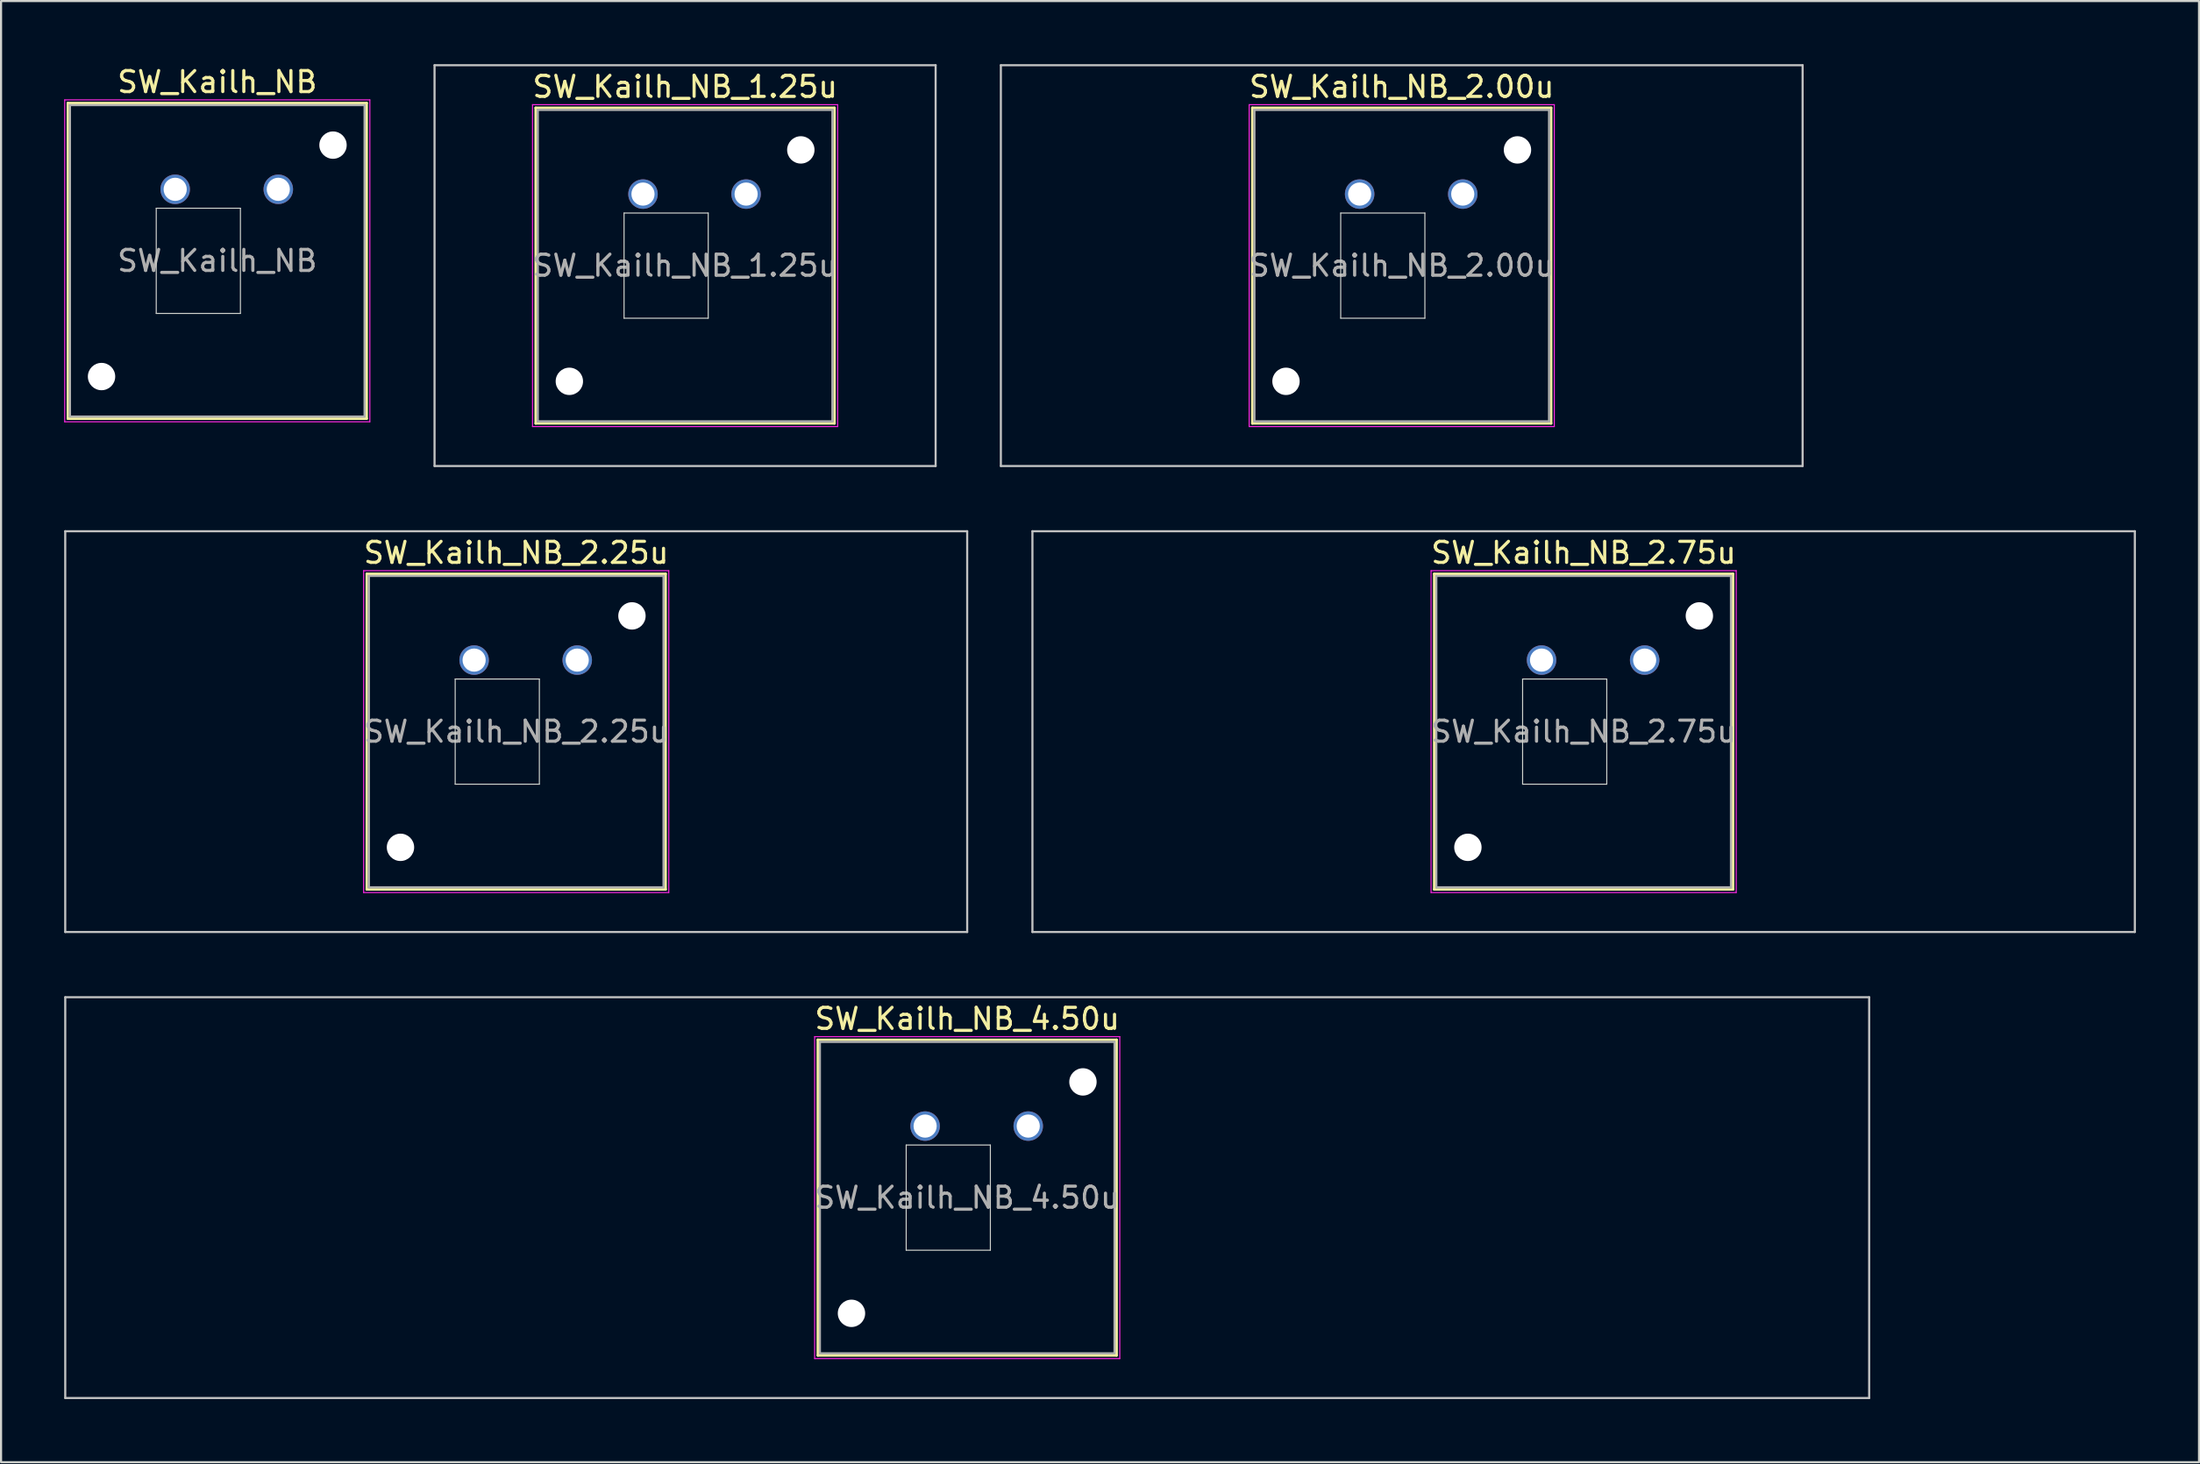
<source format=kicad_pcb>
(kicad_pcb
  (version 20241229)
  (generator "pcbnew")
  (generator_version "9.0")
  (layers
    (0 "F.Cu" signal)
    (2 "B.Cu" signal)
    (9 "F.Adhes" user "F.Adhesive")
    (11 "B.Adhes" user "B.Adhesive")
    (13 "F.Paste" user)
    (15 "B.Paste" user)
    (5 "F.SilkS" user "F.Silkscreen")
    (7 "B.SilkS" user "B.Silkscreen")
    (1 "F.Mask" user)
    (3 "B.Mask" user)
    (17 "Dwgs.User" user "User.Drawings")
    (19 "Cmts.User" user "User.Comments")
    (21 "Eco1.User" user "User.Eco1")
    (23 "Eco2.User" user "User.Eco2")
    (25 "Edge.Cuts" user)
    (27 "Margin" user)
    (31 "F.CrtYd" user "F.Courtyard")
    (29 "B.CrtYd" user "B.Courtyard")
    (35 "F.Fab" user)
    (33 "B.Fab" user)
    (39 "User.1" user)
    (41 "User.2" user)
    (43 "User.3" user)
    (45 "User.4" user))
  (footprint "SW_Kailh_NB_1.25u"
    (layer "F.Cu")
    (at 29.506 9.575)
    (property "Reference" "SW_Kailh_NB_1.25u" (at 0 -8.5 0) (layer "F.SilkS") (effects (font (size 1 1) (thickness 0.15))))
    (attr through_hole)
    (fp_line (start -7.1 -7.5) (end -7.1 7.5) (stroke (width 0.12) (type solid)) (layer "F.SilkS"))
    (fp_line (start -7.1 7.5) (end 7.1 7.5) (stroke (width 0.12) (type solid)) (layer "F.SilkS"))
    (fp_line (start 7.1 -7.5) (end -7.1 -7.5) (stroke (width 0.12) (type solid)) (layer "F.SilkS"))
    (fp_line (start 7.1 7.5) (end 7.1 -7.5) (stroke (width 0.12) (type solid)) (layer "F.SilkS"))
    (fp_line (start -11.906 -9.525) (end -11.906 9.525) (stroke (width 0.1) (type solid)) (layer "Dwgs.User"))
    (fp_line (start -11.906 9.525) (end 11.906 9.525) (stroke (width 0.1) (type solid)) (layer "Dwgs.User"))
    (fp_line (start 11.906 -9.525) (end -11.906 -9.525) (stroke (width 0.1) (type solid)) (layer "Dwgs.User"))
    (fp_line (start 11.906 9.525) (end 11.906 -9.525) (stroke (width 0.1) (type solid)) (layer "Dwgs.User"))
    (fp_line (start -2.9 -2.5) (end 1.1 -2.5) (stroke (width 0.05) (type solid)) (layer "Edge.Cuts"))
    (fp_line (start -2.9 2.5) (end -2.9 -2.5) (stroke (width 0.05) (type solid)) (layer "Edge.Cuts"))
    (fp_line (start 1.1 -2.5) (end 1.1 2.5) (stroke (width 0.05) (type solid)) (layer "Edge.Cuts"))
    (fp_line (start 1.1 2.5) (end -2.9 2.5) (stroke (width 0.05) (type solid)) (layer "Edge.Cuts"))
    (fp_line (start -7.25 -7.65) (end -7.25 7.65) (stroke (width 0.05) (type solid)) (layer "F.CrtYd"))
    (fp_line (start -7.25 7.65) (end 7.25 7.65) (stroke (width 0.05) (type solid)) (layer "F.CrtYd"))
    (fp_line (start 7.25 -7.65) (end -7.25 -7.65) (stroke (width 0.05) (type solid)) (layer "F.CrtYd"))
    (fp_line (start 7.25 7.65) (end 7.25 -7.65) (stroke (width 0.05) (type solid)) (layer "F.CrtYd"))
    (fp_line (start -7 -7.4) (end -7 7.4) (stroke (width 0.1) (type solid)) (layer "F.Fab"))
    (fp_line (start -7 7.4) (end 7 7.4) (stroke (width 0.1) (type solid)) (layer "F.Fab"))
    (fp_line (start 7 -7.4) (end -7 -7.4) (stroke (width 0.1) (type solid)) (layer "F.Fab"))
    (fp_line (start 7 7.4) (end 7 -7.4) (stroke (width 0.1) (type solid)) (layer "F.Fab"))
    (fp_text user "${REFERENCE}" (at 0 0 0) (layer "F.Fab") (effects (font (size 1 1) (thickness 0.15))))
    (pad "" np_thru_hole circle (at -5.5 5.5) (size 1.3 1.3) (drill 1.3) (layers "*.Cu" "*.Mask"))
    (pad "" smd circle (at -2 -3.4) (size 1.15 1.15) (layers "F.Mask"))
    (pad "" smd circle (at 2.9 -3.4) (size 1.15 1.15) (layers "F.Mask"))
    (pad "" np_thru_hole circle (at 5.5 -5.5) (size 1.3 1.3) (drill 1.3) (layers "*.Cu" "*.Mask"))
    (pad "1" thru_hole circle (at -2 -3.4) (size 1.4 1.4) (drill 1.1) (layers "*.Cu" "B.Mask"))
    (pad "2" thru_hole circle (at 2.9 -3.4) (size 1.4 1.4) (drill 1.1) (layers "*.Cu" "B.Mask")))
  (footprint "SW_Kailh_NB"
    (layer "F.Cu")
    (at 7.275 9.348)
    (property "Reference" "SW_Kailh_NB" (at 0 -8.5 0) (layer "F.SilkS") (effects (font (size 1 1) (thickness 0.15))))
    (attr through_hole)
    (fp_line (start -7.1 -7.5) (end -7.1 7.5) (stroke (width 0.12) (type solid)) (layer "F.SilkS"))
    (fp_line (start -7.1 7.5) (end 7.1 7.5) (stroke (width 0.12) (type solid)) (layer "F.SilkS"))
    (fp_line (start 7.1 -7.5) (end -7.1 -7.5) (stroke (width 0.12) (type solid)) (layer "F.SilkS"))
    (fp_line (start 7.1 7.5) (end 7.1 -7.5) (stroke (width 0.12) (type solid)) (layer "F.SilkS"))
    (fp_line (start -2.9 -2.5) (end 1.1 -2.5) (stroke (width 0.05) (type solid)) (layer "Edge.Cuts"))
    (fp_line (start -2.9 2.5) (end -2.9 -2.5) (stroke (width 0.05) (type solid)) (layer "Edge.Cuts"))
    (fp_line (start 1.1 -2.5) (end 1.1 2.5) (stroke (width 0.05) (type solid)) (layer "Edge.Cuts"))
    (fp_line (start 1.1 2.5) (end -2.9 2.5) (stroke (width 0.05) (type solid)) (layer "Edge.Cuts"))
    (fp_line (start -7.25 -7.65) (end -7.25 7.65) (stroke (width 0.05) (type solid)) (layer "F.CrtYd"))
    (fp_line (start -7.25 7.65) (end 7.25 7.65) (stroke (width 0.05) (type solid)) (layer "F.CrtYd"))
    (fp_line (start 7.25 -7.65) (end -7.25 -7.65) (stroke (width 0.05) (type solid)) (layer "F.CrtYd"))
    (fp_line (start 7.25 7.65) (end 7.25 -7.65) (stroke (width 0.05) (type solid)) (layer "F.CrtYd"))
    (fp_line (start -7 -7.4) (end -7 7.4) (stroke (width 0.1) (type solid)) (layer "F.Fab"))
    (fp_line (start -7 7.4) (end 7 7.4) (stroke (width 0.1) (type solid)) (layer "F.Fab"))
    (fp_line (start 7 -7.4) (end -7 -7.4) (stroke (width 0.1) (type solid)) (layer "F.Fab"))
    (fp_line (start 7 7.4) (end 7 -7.4) (stroke (width 0.1) (type solid)) (layer "F.Fab"))
    (fp_text user "${REFERENCE}" (at 0 0 0) (layer "F.Fab") (effects (font (size 1 1) (thickness 0.15))))
    (pad "" np_thru_hole circle (at -5.5 5.5) (size 1.3 1.3) (drill 1.3) (layers "*.Cu" "*.Mask"))
    (pad "" smd circle (at -2 -3.4) (size 1.15 1.15) (layers "F.Mask"))
    (pad "" smd circle (at 2.9 -3.4) (size 1.15 1.15) (layers "F.Mask"))
    (pad "" np_thru_hole circle (at 5.5 -5.5) (size 1.3 1.3) (drill 1.3) (layers "*.Cu" "*.Mask"))
    (pad "1" thru_hole circle (at -2 -3.4) (size 1.4 1.4) (drill 1.1) (layers "*.Cu" "B.Mask"))
    (pad "2" thru_hole circle (at 2.9 -3.4) (size 1.4 1.4) (drill 1.1) (layers "*.Cu" "B.Mask")))
  (footprint "SW_Kailh_NB_2.75u"
    (layer "F.Cu")
    (at 72.206 31.725)
    (property "Reference" "SW_Kailh_NB_2.75u" (at 0 -8.5 0) (layer "F.SilkS") (effects (font (size 1 1) (thickness 0.15))))
    (attr through_hole)
    (fp_line (start -7.1 -7.5) (end -7.1 7.5) (stroke (width 0.12) (type solid)) (layer "F.SilkS"))
    (fp_line (start -7.1 7.5) (end 7.1 7.5) (stroke (width 0.12) (type solid)) (layer "F.SilkS"))
    (fp_line (start 7.1 -7.5) (end -7.1 -7.5) (stroke (width 0.12) (type solid)) (layer "F.SilkS"))
    (fp_line (start 7.1 7.5) (end 7.1 -7.5) (stroke (width 0.12) (type solid)) (layer "F.SilkS"))
    (fp_line (start -26.194 -9.525) (end -26.194 9.525) (stroke (width 0.1) (type solid)) (layer "Dwgs.User"))
    (fp_line (start -26.194 9.525) (end 26.194 9.525) (stroke (width 0.1) (type solid)) (layer "Dwgs.User"))
    (fp_line (start 26.194 -9.525) (end -26.194 -9.525) (stroke (width 0.1) (type solid)) (layer "Dwgs.User"))
    (fp_line (start 26.194 9.525) (end 26.194 -9.525) (stroke (width 0.1) (type solid)) (layer "Dwgs.User"))
    (fp_line (start -2.9 -2.5) (end 1.1 -2.5) (stroke (width 0.05) (type solid)) (layer "Edge.Cuts"))
    (fp_line (start -2.9 2.5) (end -2.9 -2.5) (stroke (width 0.05) (type solid)) (layer "Edge.Cuts"))
    (fp_line (start 1.1 -2.5) (end 1.1 2.5) (stroke (width 0.05) (type solid)) (layer "Edge.Cuts"))
    (fp_line (start 1.1 2.5) (end -2.9 2.5) (stroke (width 0.05) (type solid)) (layer "Edge.Cuts"))
    (fp_line (start -7.25 -7.65) (end -7.25 7.65) (stroke (width 0.05) (type solid)) (layer "F.CrtYd"))
    (fp_line (start -7.25 7.65) (end 7.25 7.65) (stroke (width 0.05) (type solid)) (layer "F.CrtYd"))
    (fp_line (start 7.25 -7.65) (end -7.25 -7.65) (stroke (width 0.05) (type solid)) (layer "F.CrtYd"))
    (fp_line (start 7.25 7.65) (end 7.25 -7.65) (stroke (width 0.05) (type solid)) (layer "F.CrtYd"))
    (fp_line (start -7 -7.4) (end -7 7.4) (stroke (width 0.1) (type solid)) (layer "F.Fab"))
    (fp_line (start -7 7.4) (end 7 7.4) (stroke (width 0.1) (type solid)) (layer "F.Fab"))
    (fp_line (start 7 -7.4) (end -7 -7.4) (stroke (width 0.1) (type solid)) (layer "F.Fab"))
    (fp_line (start 7 7.4) (end 7 -7.4) (stroke (width 0.1) (type solid)) (layer "F.Fab"))
    (fp_text user "${REFERENCE}" (at 0 0 0) (layer "F.Fab") (effects (font (size 1 1) (thickness 0.15))))
    (pad "" np_thru_hole circle (at -5.5 5.5) (size 1.3 1.3) (drill 1.3) (layers "*.Cu" "*.Mask"))
    (pad "" smd circle (at -2 -3.4) (size 1.15 1.15) (layers "F.Mask"))
    (pad "" smd circle (at 2.9 -3.4) (size 1.15 1.15) (layers "F.Mask"))
    (pad "" np_thru_hole circle (at 5.5 -5.5) (size 1.3 1.3) (drill 1.3) (layers "*.Cu" "*.Mask"))
    (pad "1" thru_hole circle (at -2 -3.4) (size 1.4 1.4) (drill 1.1) (layers "*.Cu" "B.Mask"))
    (pad "2" thru_hole circle (at 2.9 -3.4) (size 1.4 1.4) (drill 1.1) (layers "*.Cu" "B.Mask")))
  (footprint "SW_Kailh_NB_2.25u"
    (layer "F.Cu")
    (at 21.481 31.725)
    (property "Reference" "SW_Kailh_NB_2.25u" (at 0 -8.5 0) (layer "F.SilkS") (effects (font (size 1 1) (thickness 0.15))))
    (attr through_hole)
    (fp_line (start -7.1 -7.5) (end -7.1 7.5) (stroke (width 0.12) (type solid)) (layer "F.SilkS"))
    (fp_line (start -7.1 7.5) (end 7.1 7.5) (stroke (width 0.12) (type solid)) (layer "F.SilkS"))
    (fp_line (start 7.1 -7.5) (end -7.1 -7.5) (stroke (width 0.12) (type solid)) (layer "F.SilkS"))
    (fp_line (start 7.1 7.5) (end 7.1 -7.5) (stroke (width 0.12) (type solid)) (layer "F.SilkS"))
    (fp_line (start -21.431 -9.525) (end -21.431 9.525) (stroke (width 0.1) (type solid)) (layer "Dwgs.User"))
    (fp_line (start -21.431 9.525) (end 21.431 9.525) (stroke (width 0.1) (type solid)) (layer "Dwgs.User"))
    (fp_line (start 21.431 -9.525) (end -21.431 -9.525) (stroke (width 0.1) (type solid)) (layer "Dwgs.User"))
    (fp_line (start 21.431 9.525) (end 21.431 -9.525) (stroke (width 0.1) (type solid)) (layer "Dwgs.User"))
    (fp_line (start -2.9 -2.5) (end 1.1 -2.5) (stroke (width 0.05) (type solid)) (layer "Edge.Cuts"))
    (fp_line (start -2.9 2.5) (end -2.9 -2.5) (stroke (width 0.05) (type solid)) (layer "Edge.Cuts"))
    (fp_line (start 1.1 -2.5) (end 1.1 2.5) (stroke (width 0.05) (type solid)) (layer "Edge.Cuts"))
    (fp_line (start 1.1 2.5) (end -2.9 2.5) (stroke (width 0.05) (type solid)) (layer "Edge.Cuts"))
    (fp_line (start -7.25 -7.65) (end -7.25 7.65) (stroke (width 0.05) (type solid)) (layer "F.CrtYd"))
    (fp_line (start -7.25 7.65) (end 7.25 7.65) (stroke (width 0.05) (type solid)) (layer "F.CrtYd"))
    (fp_line (start 7.25 -7.65) (end -7.25 -7.65) (stroke (width 0.05) (type solid)) (layer "F.CrtYd"))
    (fp_line (start 7.25 7.65) (end 7.25 -7.65) (stroke (width 0.05) (type solid)) (layer "F.CrtYd"))
    (fp_line (start -7 -7.4) (end -7 7.4) (stroke (width 0.1) (type solid)) (layer "F.Fab"))
    (fp_line (start -7 7.4) (end 7 7.4) (stroke (width 0.1) (type solid)) (layer "F.Fab"))
    (fp_line (start 7 -7.4) (end -7 -7.4) (stroke (width 0.1) (type solid)) (layer "F.Fab"))
    (fp_line (start 7 7.4) (end 7 -7.4) (stroke (width 0.1) (type solid)) (layer "F.Fab"))
    (fp_text user "${REFERENCE}" (at 0 0 0) (layer "F.Fab") (effects (font (size 1 1) (thickness 0.15))))
    (pad "" np_thru_hole circle (at -5.5 5.5) (size 1.3 1.3) (drill 1.3) (layers "*.Cu" "*.Mask"))
    (pad "" smd circle (at -2 -3.4) (size 1.15 1.15) (layers "F.Mask"))
    (pad "" smd circle (at 2.9 -3.4) (size 1.15 1.15) (layers "F.Mask"))
    (pad "" np_thru_hole circle (at 5.5 -5.5) (size 1.3 1.3) (drill 1.3) (layers "*.Cu" "*.Mask"))
    (pad "1" thru_hole circle (at -2 -3.4) (size 1.4 1.4) (drill 1.1) (layers "*.Cu" "B.Mask"))
    (pad "2" thru_hole circle (at 2.9 -3.4) (size 1.4 1.4) (drill 1.1) (layers "*.Cu" "B.Mask")))
  (footprint "SW_Kailh_NB_2.00u"
    (layer "F.Cu")
    (at 63.562 9.575)
    (property "Reference" "SW_Kailh_NB_2.00u" (at 0 -8.5 0) (layer "F.SilkS") (effects (font (size 1 1) (thickness 0.15))))
    (attr through_hole)
    (fp_line (start -7.1 -7.5) (end -7.1 7.5) (stroke (width 0.12) (type solid)) (layer "F.SilkS"))
    (fp_line (start -7.1 7.5) (end 7.1 7.5) (stroke (width 0.12) (type solid)) (layer "F.SilkS"))
    (fp_line (start 7.1 -7.5) (end -7.1 -7.5) (stroke (width 0.12) (type solid)) (layer "F.SilkS"))
    (fp_line (start 7.1 7.5) (end 7.1 -7.5) (stroke (width 0.12) (type solid)) (layer "F.SilkS"))
    (fp_line (start -19.05 -9.525) (end -19.05 9.525) (stroke (width 0.1) (type solid)) (layer "Dwgs.User"))
    (fp_line (start -19.05 9.525) (end 19.05 9.525) (stroke (width 0.1) (type solid)) (layer "Dwgs.User"))
    (fp_line (start 19.05 -9.525) (end -19.05 -9.525) (stroke (width 0.1) (type solid)) (layer "Dwgs.User"))
    (fp_line (start 19.05 9.525) (end 19.05 -9.525) (stroke (width 0.1) (type solid)) (layer "Dwgs.User"))
    (fp_line (start -2.9 -2.5) (end 1.1 -2.5) (stroke (width 0.05) (type solid)) (layer "Edge.Cuts"))
    (fp_line (start -2.9 2.5) (end -2.9 -2.5) (stroke (width 0.05) (type solid)) (layer "Edge.Cuts"))
    (fp_line (start 1.1 -2.5) (end 1.1 2.5) (stroke (width 0.05) (type solid)) (layer "Edge.Cuts"))
    (fp_line (start 1.1 2.5) (end -2.9 2.5) (stroke (width 0.05) (type solid)) (layer "Edge.Cuts"))
    (fp_line (start -7.25 -7.65) (end -7.25 7.65) (stroke (width 0.05) (type solid)) (layer "F.CrtYd"))
    (fp_line (start -7.25 7.65) (end 7.25 7.65) (stroke (width 0.05) (type solid)) (layer "F.CrtYd"))
    (fp_line (start 7.25 -7.65) (end -7.25 -7.65) (stroke (width 0.05) (type solid)) (layer "F.CrtYd"))
    (fp_line (start 7.25 7.65) (end 7.25 -7.65) (stroke (width 0.05) (type solid)) (layer "F.CrtYd"))
    (fp_line (start -7 -7.4) (end -7 7.4) (stroke (width 0.1) (type solid)) (layer "F.Fab"))
    (fp_line (start -7 7.4) (end 7 7.4) (stroke (width 0.1) (type solid)) (layer "F.Fab"))
    (fp_line (start 7 -7.4) (end -7 -7.4) (stroke (width 0.1) (type solid)) (layer "F.Fab"))
    (fp_line (start 7 7.4) (end 7 -7.4) (stroke (width 0.1) (type solid)) (layer "F.Fab"))
    (fp_text user "${REFERENCE}" (at 0 0 0) (layer "F.Fab") (effects (font (size 1 1) (thickness 0.15))))
    (pad "" np_thru_hole circle (at -5.5 5.5) (size 1.3 1.3) (drill 1.3) (layers "*.Cu" "*.Mask"))
    (pad "" smd circle (at -2 -3.4) (size 1.15 1.15) (layers "F.Mask"))
    (pad "" smd circle (at 2.9 -3.4) (size 1.15 1.15) (layers "F.Mask"))
    (pad "" np_thru_hole circle (at 5.5 -5.5) (size 1.3 1.3) (drill 1.3) (layers "*.Cu" "*.Mask"))
    (pad "1" thru_hole circle (at -2 -3.4) (size 1.4 1.4) (drill 1.1) (layers "*.Cu" "B.Mask"))
    (pad "2" thru_hole circle (at 2.9 -3.4) (size 1.4 1.4) (drill 1.1) (layers "*.Cu" "B.Mask")))
  (footprint "SW_Kailh_NB_4.50u"
    (layer "F.Cu")
    (at 42.913 53.875)
    (property "Reference" "SW_Kailh_NB_4.50u" (at 0 -8.5 0) (layer "F.SilkS") (effects (font (size 1 1) (thickness 0.15))))
    (attr through_hole)
    (fp_line (start -7.1 -7.5) (end -7.1 7.5) (stroke (width 0.12) (type solid)) (layer "F.SilkS"))
    (fp_line (start -7.1 7.5) (end 7.1 7.5) (stroke (width 0.12) (type solid)) (layer "F.SilkS"))
    (fp_line (start 7.1 -7.5) (end -7.1 -7.5) (stroke (width 0.12) (type solid)) (layer "F.SilkS"))
    (fp_line (start 7.1 7.5) (end 7.1 -7.5) (stroke (width 0.12) (type solid)) (layer "F.SilkS"))
    (fp_line (start -42.862 -9.525) (end -42.862 9.525) (stroke (width 0.1) (type solid)) (layer "Dwgs.User"))
    (fp_line (start -42.862 9.525) (end 42.862 9.525) (stroke (width 0.1) (type solid)) (layer "Dwgs.User"))
    (fp_line (start 42.862 -9.525) (end -42.862 -9.525) (stroke (width 0.1) (type solid)) (layer "Dwgs.User"))
    (fp_line (start 42.862 9.525) (end 42.862 -9.525) (stroke (width 0.1) (type solid)) (layer "Dwgs.User"))
    (fp_line (start -2.9 -2.5) (end 1.1 -2.5) (stroke (width 0.05) (type solid)) (layer "Edge.Cuts"))
    (fp_line (start -2.9 2.5) (end -2.9 -2.5) (stroke (width 0.05) (type solid)) (layer "Edge.Cuts"))
    (fp_line (start 1.1 -2.5) (end 1.1 2.5) (stroke (width 0.05) (type solid)) (layer "Edge.Cuts"))
    (fp_line (start 1.1 2.5) (end -2.9 2.5) (stroke (width 0.05) (type solid)) (layer "Edge.Cuts"))
    (fp_line (start -7.25 -7.65) (end -7.25 7.65) (stroke (width 0.05) (type solid)) (layer "F.CrtYd"))
    (fp_line (start -7.25 7.65) (end 7.25 7.65) (stroke (width 0.05) (type solid)) (layer "F.CrtYd"))
    (fp_line (start 7.25 -7.65) (end -7.25 -7.65) (stroke (width 0.05) (type solid)) (layer "F.CrtYd"))
    (fp_line (start 7.25 7.65) (end 7.25 -7.65) (stroke (width 0.05) (type solid)) (layer "F.CrtYd"))
    (fp_line (start -7 -7.4) (end -7 7.4) (stroke (width 0.1) (type solid)) (layer "F.Fab"))
    (fp_line (start -7 7.4) (end 7 7.4) (stroke (width 0.1) (type solid)) (layer "F.Fab"))
    (fp_line (start 7 -7.4) (end -7 -7.4) (stroke (width 0.1) (type solid)) (layer "F.Fab"))
    (fp_line (start 7 7.4) (end 7 -7.4) (stroke (width 0.1) (type solid)) (layer "F.Fab"))
    (fp_text user "${REFERENCE}" (at 0 0 0) (layer "F.Fab") (effects (font (size 1 1) (thickness 0.15))))
    (pad "" np_thru_hole circle (at -5.5 5.5) (size 1.3 1.3) (drill 1.3) (layers "*.Cu" "*.Mask"))
    (pad "" smd circle (at -2 -3.4) (size 1.15 1.15) (layers "F.Mask"))
    (pad "" smd circle (at 2.9 -3.4) (size 1.15 1.15) (layers "F.Mask"))
    (pad "" np_thru_hole circle (at 5.5 -5.5) (size 1.3 1.3) (drill 1.3) (layers "*.Cu" "*.Mask"))
    (pad "1" thru_hole circle (at -2 -3.4) (size 1.4 1.4) (drill 1.1) (layers "*.Cu" "B.Mask"))
    (pad "2" thru_hole circle (at 2.9 -3.4) (size 1.4 1.4) (drill 1.1) (layers "*.Cu" "B.Mask")))
  (gr_rect
    (start -3 -3)
    (end 101.45 66.45)
    (stroke (width 0.1) (type default))
    (fill no)
    (layer "Edge.Cuts")))
</source>
